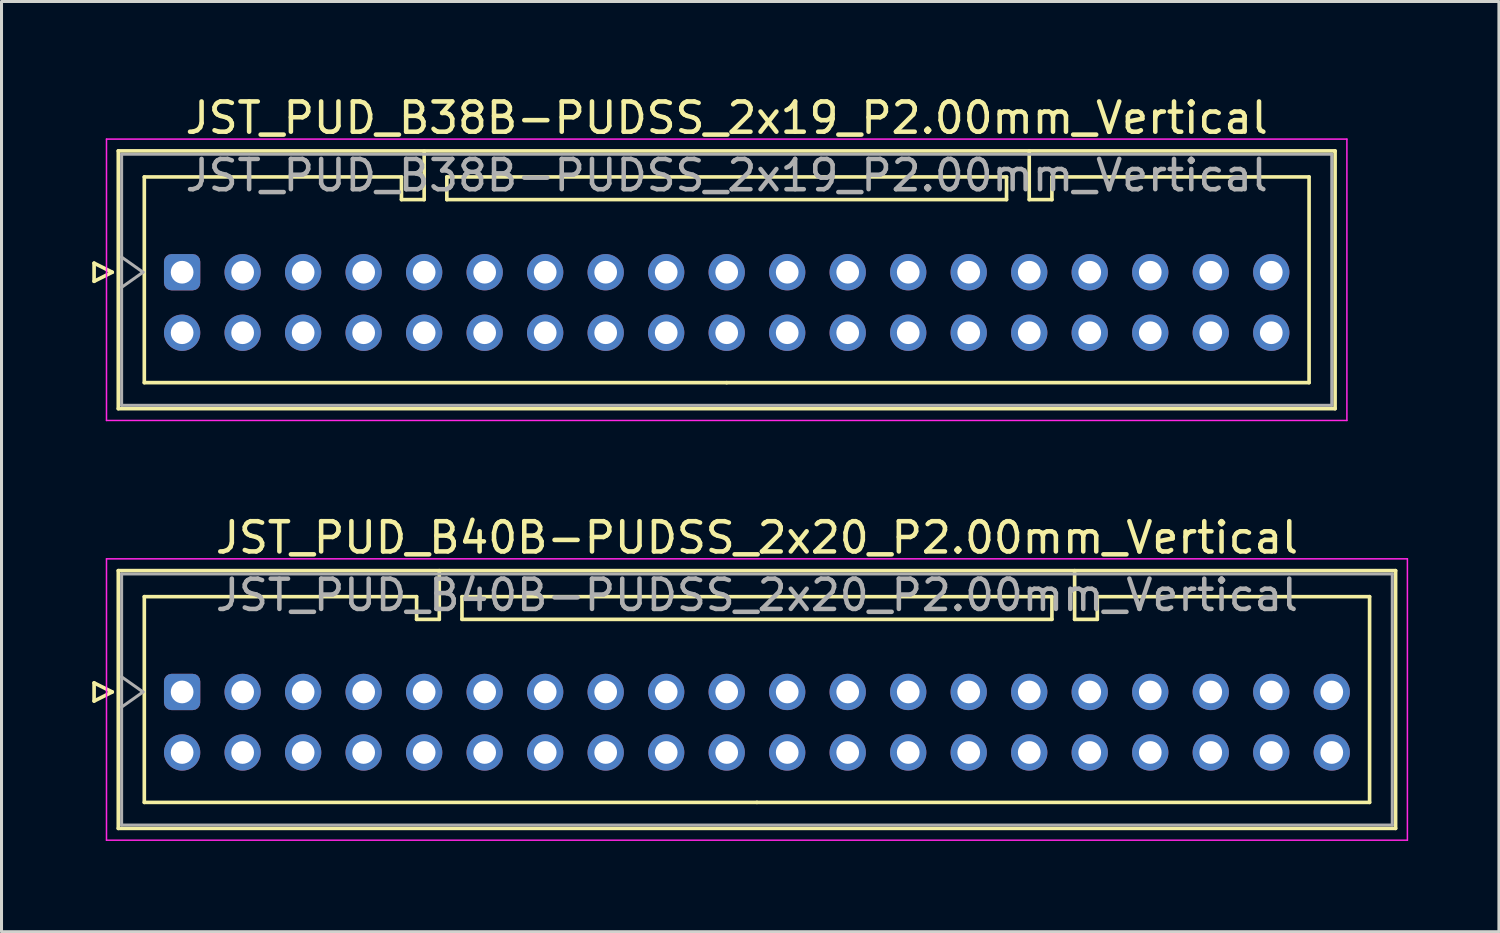
<source format=kicad_pcb>
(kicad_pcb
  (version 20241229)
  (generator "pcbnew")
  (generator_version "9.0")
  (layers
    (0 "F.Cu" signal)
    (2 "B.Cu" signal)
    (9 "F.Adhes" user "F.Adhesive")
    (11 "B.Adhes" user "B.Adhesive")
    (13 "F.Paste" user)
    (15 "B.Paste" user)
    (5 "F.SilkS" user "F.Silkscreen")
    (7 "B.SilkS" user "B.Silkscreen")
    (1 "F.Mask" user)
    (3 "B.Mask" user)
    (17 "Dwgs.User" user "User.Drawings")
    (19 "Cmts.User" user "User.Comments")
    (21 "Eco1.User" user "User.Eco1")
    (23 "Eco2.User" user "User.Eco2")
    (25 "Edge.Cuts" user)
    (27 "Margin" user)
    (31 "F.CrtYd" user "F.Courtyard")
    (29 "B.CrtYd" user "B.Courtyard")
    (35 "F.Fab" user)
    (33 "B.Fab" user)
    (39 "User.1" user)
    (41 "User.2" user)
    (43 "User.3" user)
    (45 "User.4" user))
  (footprint "JST_PUD_B38B-PUDSS_2x19_P2.00mm_Vertical"
    (layer "F.Cu")
    (at 2.97 5.948)
    (property "Reference" "JST_PUD_B38B-PUDSS_2x19_P2.00mm_Vertical" (at 18 -5.1 0) (layer "F.SilkS") (effects (font (size 1 1) (thickness 0.15))))
    (attr through_hole)
    (fp_line (start -2.91 -0.3) (end -2.31 0) (stroke (width 0.12) (type solid)) (layer "F.SilkS"))
    (fp_line (start -2.91 0.3) (end -2.91 -0.3) (stroke (width 0.12) (type solid)) (layer "F.SilkS"))
    (fp_line (start -2.31 0) (end -2.91 0.3) (stroke (width 0.12) (type solid)) (layer "F.SilkS"))
    (fp_line (start -2.11 -4.01) (end -2.11 4.51) (stroke (width 0.12) (type solid)) (layer "F.SilkS"))
    (fp_line (start -2.11 4.51) (end 38.11 4.51) (stroke (width 0.12) (type solid)) (layer "F.SilkS"))
    (fp_line (start -1.25 -3.15) (end -1.25 3.65) (stroke (width 0.12) (type solid)) (layer "F.SilkS"))
    (fp_line (start -1.25 3.65) (end 18 3.65) (stroke (width 0.12) (type solid)) (layer "F.SilkS"))
    (fp_line (start 7.25 -3.15) (end -1.25 -3.15) (stroke (width 0.12) (type solid)) (layer "F.SilkS"))
    (fp_line (start 7.25 -2.4) (end 7.25 -3.15) (stroke (width 0.12) (type solid)) (layer "F.SilkS"))
    (fp_line (start 8 -4.01) (end 8 -2.4) (stroke (width 0.12) (type solid)) (layer "F.SilkS"))
    (fp_line (start 8 -2.4) (end 7.25 -2.4) (stroke (width 0.12) (type solid)) (layer "F.SilkS"))
    (fp_line (start 8.75 -3.15) (end 8.75 -2.4) (stroke (width 0.12) (type solid)) (layer "F.SilkS"))
    (fp_line (start 8.75 -2.4) (end 27.25 -2.4) (stroke (width 0.12) (type solid)) (layer "F.SilkS"))
    (fp_line (start 27.25 -3.15) (end 8.75 -3.15) (stroke (width 0.12) (type solid)) (layer "F.SilkS"))
    (fp_line (start 27.25 -2.4) (end 27.25 -3.15) (stroke (width 0.12) (type solid)) (layer "F.SilkS"))
    (fp_line (start 28 -4.01) (end 28 -2.4) (stroke (width 0.12) (type solid)) (layer "F.SilkS"))
    (fp_line (start 28 -2.4) (end 28.75 -2.4) (stroke (width 0.12) (type solid)) (layer "F.SilkS"))
    (fp_line (start 28.75 -3.15) (end 37.25 -3.15) (stroke (width 0.12) (type solid)) (layer "F.SilkS"))
    (fp_line (start 28.75 -2.4) (end 28.75 -3.15) (stroke (width 0.12) (type solid)) (layer "F.SilkS"))
    (fp_line (start 37.25 -3.15) (end 37.25 3.65) (stroke (width 0.12) (type solid)) (layer "F.SilkS"))
    (fp_line (start 37.25 3.65) (end 18 3.65) (stroke (width 0.12) (type solid)) (layer "F.SilkS"))
    (fp_line (start 38.11 -4.01) (end -2.11 -4.01) (stroke (width 0.12) (type solid)) (layer "F.SilkS"))
    (fp_line (start 38.11 4.51) (end 38.11 -4.01) (stroke (width 0.12) (type solid)) (layer "F.SilkS"))
    (fp_line (start -2.5 -4.4) (end -2.5 4.9) (stroke (width 0.05) (type solid)) (layer "F.CrtYd"))
    (fp_line (start -2.5 4.9) (end 38.5 4.9) (stroke (width 0.05) (type solid)) (layer "F.CrtYd"))
    (fp_line (start 38.5 -4.4) (end -2.5 -4.4) (stroke (width 0.05) (type solid)) (layer "F.CrtYd"))
    (fp_line (start 38.5 4.9) (end 38.5 -4.4) (stroke (width 0.05) (type solid)) (layer "F.CrtYd"))
    (fp_line (start -2 -3.9) (end -2 4.4) (stroke (width 0.1) (type solid)) (layer "F.Fab"))
    (fp_line (start -2 0.5) (end -1.293 0) (stroke (width 0.1) (type solid)) (layer "F.Fab"))
    (fp_line (start -2 4.4) (end 38 4.4) (stroke (width 0.1) (type solid)) (layer "F.Fab"))
    (fp_line (start -1.293 0) (end -2 -0.5) (stroke (width 0.1) (type solid)) (layer "F.Fab"))
    (fp_line (start 38 -3.9) (end -2 -3.9) (stroke (width 0.1) (type solid)) (layer "F.Fab"))
    (fp_line (start 38 4.4) (end 38 -3.9) (stroke (width 0.1) (type solid)) (layer "F.Fab"))
    (fp_text user "${REFERENCE}" (at 18 -3.2 0) (layer "F.Fab") (effects (font (size 1 1) (thickness 0.15))))
    (pad "1" thru_hole roundrect (at 0 0) (size 1.2 1.2) (drill 0.75) (layers "*.Cu" "*.Mask") (roundrect_rratio 0.208))
    (pad "2" thru_hole circle (at 0 2) (size 1.2 1.2) (drill 0.75) (layers "*.Cu" "*.Mask"))
    (pad "3" thru_hole circle (at 2 0) (size 1.2 1.2) (drill 0.75) (layers "*.Cu" "*.Mask"))
    (pad "4" thru_hole circle (at 2 2) (size 1.2 1.2) (drill 0.75) (layers "*.Cu" "*.Mask"))
    (pad "5" thru_hole circle (at 4 0) (size 1.2 1.2) (drill 0.75) (layers "*.Cu" "*.Mask"))
    (pad "6" thru_hole circle (at 4 2) (size 1.2 1.2) (drill 0.75) (layers "*.Cu" "*.Mask"))
    (pad "7" thru_hole circle (at 6 0) (size 1.2 1.2) (drill 0.75) (layers "*.Cu" "*.Mask"))
    (pad "8" thru_hole circle (at 6 2) (size 1.2 1.2) (drill 0.75) (layers "*.Cu" "*.Mask"))
    (pad "9" thru_hole circle (at 8 0) (size 1.2 1.2) (drill 0.75) (layers "*.Cu" "*.Mask"))
    (pad "10" thru_hole circle (at 8 2) (size 1.2 1.2) (drill 0.75) (layers "*.Cu" "*.Mask"))
    (pad "11" thru_hole circle (at 10 0) (size 1.2 1.2) (drill 0.75) (layers "*.Cu" "*.Mask"))
    (pad "12" thru_hole circle (at 10 2) (size 1.2 1.2) (drill 0.75) (layers "*.Cu" "*.Mask"))
    (pad "13" thru_hole circle (at 12 0) (size 1.2 1.2) (drill 0.75) (layers "*.Cu" "*.Mask"))
    (pad "14" thru_hole circle (at 12 2) (size 1.2 1.2) (drill 0.75) (layers "*.Cu" "*.Mask"))
    (pad "15" thru_hole circle (at 14 0) (size 1.2 1.2) (drill 0.75) (layers "*.Cu" "*.Mask"))
    (pad "16" thru_hole circle (at 14 2) (size 1.2 1.2) (drill 0.75) (layers "*.Cu" "*.Mask"))
    (pad "17" thru_hole circle (at 16 0) (size 1.2 1.2) (drill 0.75) (layers "*.Cu" "*.Mask"))
    (pad "18" thru_hole circle (at 16 2) (size 1.2 1.2) (drill 0.75) (layers "*.Cu" "*.Mask"))
    (pad "19" thru_hole circle (at 18 0) (size 1.2 1.2) (drill 0.75) (layers "*.Cu" "*.Mask"))
    (pad "20" thru_hole circle (at 18 2) (size 1.2 1.2) (drill 0.75) (layers "*.Cu" "*.Mask"))
    (pad "21" thru_hole circle (at 20 0) (size 1.2 1.2) (drill 0.75) (layers "*.Cu" "*.Mask"))
    (pad "22" thru_hole circle (at 20 2) (size 1.2 1.2) (drill 0.75) (layers "*.Cu" "*.Mask"))
    (pad "23" thru_hole circle (at 22 0) (size 1.2 1.2) (drill 0.75) (layers "*.Cu" "*.Mask"))
    (pad "24" thru_hole circle (at 22 2) (size 1.2 1.2) (drill 0.75) (layers "*.Cu" "*.Mask"))
    (pad "25" thru_hole circle (at 24 0) (size 1.2 1.2) (drill 0.75) (layers "*.Cu" "*.Mask"))
    (pad "26" thru_hole circle (at 24 2) (size 1.2 1.2) (drill 0.75) (layers "*.Cu" "*.Mask"))
    (pad "27" thru_hole circle (at 26 0) (size 1.2 1.2) (drill 0.75) (layers "*.Cu" "*.Mask"))
    (pad "28" thru_hole circle (at 26 2) (size 1.2 1.2) (drill 0.75) (layers "*.Cu" "*.Mask"))
    (pad "29" thru_hole circle (at 28 0) (size 1.2 1.2) (drill 0.75) (layers "*.Cu" "*.Mask"))
    (pad "30" thru_hole circle (at 28 2) (size 1.2 1.2) (drill 0.75) (layers "*.Cu" "*.Mask"))
    (pad "31" thru_hole circle (at 30 0) (size 1.2 1.2) (drill 0.75) (layers "*.Cu" "*.Mask"))
    (pad "32" thru_hole circle (at 30 2) (size 1.2 1.2) (drill 0.75) (layers "*.Cu" "*.Mask"))
    (pad "33" thru_hole circle (at 32 0) (size 1.2 1.2) (drill 0.75) (layers "*.Cu" "*.Mask"))
    (pad "34" thru_hole circle (at 32 2) (size 1.2 1.2) (drill 0.75) (layers "*.Cu" "*.Mask"))
    (pad "35" thru_hole circle (at 34 0) (size 1.2 1.2) (drill 0.75) (layers "*.Cu" "*.Mask"))
    (pad "36" thru_hole circle (at 34 2) (size 1.2 1.2) (drill 0.75) (layers "*.Cu" "*.Mask"))
    (pad "37" thru_hole circle (at 36 0) (size 1.2 1.2) (drill 0.75) (layers "*.Cu" "*.Mask"))
    (pad "38" thru_hole circle (at 36 2) (size 1.2 1.2) (drill 0.75) (layers "*.Cu" "*.Mask")))
  (footprint "JST_PUD_B40B-PUDSS_2x20_P2.00mm_Vertical"
    (layer "F.Cu")
    (at 2.97 19.822)
    (property "Reference" "JST_PUD_B40B-PUDSS_2x20_P2.00mm_Vertical" (at 19 -5.1 0) (layer "F.SilkS") (effects (font (size 1 1) (thickness 0.15))))
    (attr through_hole)
    (fp_line (start -2.91 -0.3) (end -2.31 0) (stroke (width 0.12) (type solid)) (layer "F.SilkS"))
    (fp_line (start -2.91 0.3) (end -2.91 -0.3) (stroke (width 0.12) (type solid)) (layer "F.SilkS"))
    (fp_line (start -2.31 0) (end -2.91 0.3) (stroke (width 0.12) (type solid)) (layer "F.SilkS"))
    (fp_line (start -2.11 -4.01) (end -2.11 4.51) (stroke (width 0.12) (type solid)) (layer "F.SilkS"))
    (fp_line (start -2.11 4.51) (end 40.11 4.51) (stroke (width 0.12) (type solid)) (layer "F.SilkS"))
    (fp_line (start -1.25 -3.15) (end -1.25 3.65) (stroke (width 0.12) (type solid)) (layer "F.SilkS"))
    (fp_line (start -1.25 3.65) (end 19 3.65) (stroke (width 0.12) (type solid)) (layer "F.SilkS"))
    (fp_line (start 7.75 -3.15) (end -1.25 -3.15) (stroke (width 0.12) (type solid)) (layer "F.SilkS"))
    (fp_line (start 7.75 -2.4) (end 7.75 -3.15) (stroke (width 0.12) (type solid)) (layer "F.SilkS"))
    (fp_line (start 8.5 -4.01) (end 8.5 -2.4) (stroke (width 0.12) (type solid)) (layer "F.SilkS"))
    (fp_line (start 8.5 -2.4) (end 7.75 -2.4) (stroke (width 0.12) (type solid)) (layer "F.SilkS"))
    (fp_line (start 9.25 -3.15) (end 9.25 -2.4) (stroke (width 0.12) (type solid)) (layer "F.SilkS"))
    (fp_line (start 9.25 -2.4) (end 28.75 -2.4) (stroke (width 0.12) (type solid)) (layer "F.SilkS"))
    (fp_line (start 28.75 -3.15) (end 9.25 -3.15) (stroke (width 0.12) (type solid)) (layer "F.SilkS"))
    (fp_line (start 28.75 -2.4) (end 28.75 -3.15) (stroke (width 0.12) (type solid)) (layer "F.SilkS"))
    (fp_line (start 29.5 -4.01) (end 29.5 -2.4) (stroke (width 0.12) (type solid)) (layer "F.SilkS"))
    (fp_line (start 29.5 -2.4) (end 30.25 -2.4) (stroke (width 0.12) (type solid)) (layer "F.SilkS"))
    (fp_line (start 30.25 -3.15) (end 39.25 -3.15) (stroke (width 0.12) (type solid)) (layer "F.SilkS"))
    (fp_line (start 30.25 -2.4) (end 30.25 -3.15) (stroke (width 0.12) (type solid)) (layer "F.SilkS"))
    (fp_line (start 39.25 -3.15) (end 39.25 3.65) (stroke (width 0.12) (type solid)) (layer "F.SilkS"))
    (fp_line (start 39.25 3.65) (end 19 3.65) (stroke (width 0.12) (type solid)) (layer "F.SilkS"))
    (fp_line (start 40.11 -4.01) (end -2.11 -4.01) (stroke (width 0.12) (type solid)) (layer "F.SilkS"))
    (fp_line (start 40.11 4.51) (end 40.11 -4.01) (stroke (width 0.12) (type solid)) (layer "F.SilkS"))
    (fp_line (start -2.5 -4.4) (end -2.5 4.9) (stroke (width 0.05) (type solid)) (layer "F.CrtYd"))
    (fp_line (start -2.5 4.9) (end 40.5 4.9) (stroke (width 0.05) (type solid)) (layer "F.CrtYd"))
    (fp_line (start 40.5 -4.4) (end -2.5 -4.4) (stroke (width 0.05) (type solid)) (layer "F.CrtYd"))
    (fp_line (start 40.5 4.9) (end 40.5 -4.4) (stroke (width 0.05) (type solid)) (layer "F.CrtYd"))
    (fp_line (start -2 -3.9) (end -2 4.4) (stroke (width 0.1) (type solid)) (layer "F.Fab"))
    (fp_line (start -2 0.5) (end -1.293 0) (stroke (width 0.1) (type solid)) (layer "F.Fab"))
    (fp_line (start -2 4.4) (end 40 4.4) (stroke (width 0.1) (type solid)) (layer "F.Fab"))
    (fp_line (start -1.293 0) (end -2 -0.5) (stroke (width 0.1) (type solid)) (layer "F.Fab"))
    (fp_line (start 40 -3.9) (end -2 -3.9) (stroke (width 0.1) (type solid)) (layer "F.Fab"))
    (fp_line (start 40 4.4) (end 40 -3.9) (stroke (width 0.1) (type solid)) (layer "F.Fab"))
    (fp_text user "${REFERENCE}" (at 19 -3.2 0) (layer "F.Fab") (effects (font (size 1 1) (thickness 0.15))))
    (pad "1" thru_hole roundrect (at 0 0) (size 1.2 1.2) (drill 0.75) (layers "*.Cu" "*.Mask") (roundrect_rratio 0.208))
    (pad "2" thru_hole circle (at 0 2) (size 1.2 1.2) (drill 0.75) (layers "*.Cu" "*.Mask"))
    (pad "3" thru_hole circle (at 2 0) (size 1.2 1.2) (drill 0.75) (layers "*.Cu" "*.Mask"))
    (pad "4" thru_hole circle (at 2 2) (size 1.2 1.2) (drill 0.75) (layers "*.Cu" "*.Mask"))
    (pad "5" thru_hole circle (at 4 0) (size 1.2 1.2) (drill 0.75) (layers "*.Cu" "*.Mask"))
    (pad "6" thru_hole circle (at 4 2) (size 1.2 1.2) (drill 0.75) (layers "*.Cu" "*.Mask"))
    (pad "7" thru_hole circle (at 6 0) (size 1.2 1.2) (drill 0.75) (layers "*.Cu" "*.Mask"))
    (pad "8" thru_hole circle (at 6 2) (size 1.2 1.2) (drill 0.75) (layers "*.Cu" "*.Mask"))
    (pad "9" thru_hole circle (at 8 0) (size 1.2 1.2) (drill 0.75) (layers "*.Cu" "*.Mask"))
    (pad "10" thru_hole circle (at 8 2) (size 1.2 1.2) (drill 0.75) (layers "*.Cu" "*.Mask"))
    (pad "11" thru_hole circle (at 10 0) (size 1.2 1.2) (drill 0.75) (layers "*.Cu" "*.Mask"))
    (pad "12" thru_hole circle (at 10 2) (size 1.2 1.2) (drill 0.75) (layers "*.Cu" "*.Mask"))
    (pad "13" thru_hole circle (at 12 0) (size 1.2 1.2) (drill 0.75) (layers "*.Cu" "*.Mask"))
    (pad "14" thru_hole circle (at 12 2) (size 1.2 1.2) (drill 0.75) (layers "*.Cu" "*.Mask"))
    (pad "15" thru_hole circle (at 14 0) (size 1.2 1.2) (drill 0.75) (layers "*.Cu" "*.Mask"))
    (pad "16" thru_hole circle (at 14 2) (size 1.2 1.2) (drill 0.75) (layers "*.Cu" "*.Mask"))
    (pad "17" thru_hole circle (at 16 0) (size 1.2 1.2) (drill 0.75) (layers "*.Cu" "*.Mask"))
    (pad "18" thru_hole circle (at 16 2) (size 1.2 1.2) (drill 0.75) (layers "*.Cu" "*.Mask"))
    (pad "19" thru_hole circle (at 18 0) (size 1.2 1.2) (drill 0.75) (layers "*.Cu" "*.Mask"))
    (pad "20" thru_hole circle (at 18 2) (size 1.2 1.2) (drill 0.75) (layers "*.Cu" "*.Mask"))
    (pad "21" thru_hole circle (at 20 0) (size 1.2 1.2) (drill 0.75) (layers "*.Cu" "*.Mask"))
    (pad "22" thru_hole circle (at 20 2) (size 1.2 1.2) (drill 0.75) (layers "*.Cu" "*.Mask"))
    (pad "23" thru_hole circle (at 22 0) (size 1.2 1.2) (drill 0.75) (layers "*.Cu" "*.Mask"))
    (pad "24" thru_hole circle (at 22 2) (size 1.2 1.2) (drill 0.75) (layers "*.Cu" "*.Mask"))
    (pad "25" thru_hole circle (at 24 0) (size 1.2 1.2) (drill 0.75) (layers "*.Cu" "*.Mask"))
    (pad "26" thru_hole circle (at 24 2) (size 1.2 1.2) (drill 0.75) (layers "*.Cu" "*.Mask"))
    (pad "27" thru_hole circle (at 26 0) (size 1.2 1.2) (drill 0.75) (layers "*.Cu" "*.Mask"))
    (pad "28" thru_hole circle (at 26 2) (size 1.2 1.2) (drill 0.75) (layers "*.Cu" "*.Mask"))
    (pad "29" thru_hole circle (at 28 0) (size 1.2 1.2) (drill 0.75) (layers "*.Cu" "*.Mask"))
    (pad "30" thru_hole circle (at 28 2) (size 1.2 1.2) (drill 0.75) (layers "*.Cu" "*.Mask"))
    (pad "31" thru_hole circle (at 30 0) (size 1.2 1.2) (drill 0.75) (layers "*.Cu" "*.Mask"))
    (pad "32" thru_hole circle (at 30 2) (size 1.2 1.2) (drill 0.75) (layers "*.Cu" "*.Mask"))
    (pad "33" thru_hole circle (at 32 0) (size 1.2 1.2) (drill 0.75) (layers "*.Cu" "*.Mask"))
    (pad "34" thru_hole circle (at 32 2) (size 1.2 1.2) (drill 0.75) (layers "*.Cu" "*.Mask"))
    (pad "35" thru_hole circle (at 34 0) (size 1.2 1.2) (drill 0.75) (layers "*.Cu" "*.Mask"))
    (pad "36" thru_hole circle (at 34 2) (size 1.2 1.2) (drill 0.75) (layers "*.Cu" "*.Mask"))
    (pad "37" thru_hole circle (at 36 0) (size 1.2 1.2) (drill 0.75) (layers "*.Cu" "*.Mask"))
    (pad "38" thru_hole circle (at 36 2) (size 1.2 1.2) (drill 0.75) (layers "*.Cu" "*.Mask"))
    (pad "39" thru_hole circle (at 38 0) (size 1.2 1.2) (drill 0.75) (layers "*.Cu" "*.Mask"))
    (pad "40" thru_hole circle (at 38 2) (size 1.2 1.2) (drill 0.75) (layers "*.Cu" "*.Mask")))
  (gr_rect
    (start -3 -3)
    (end 46.495 27.747)
    (stroke (width 0.1) (type default))
    (fill no)
    (layer "Edge.Cuts")))
</source>
